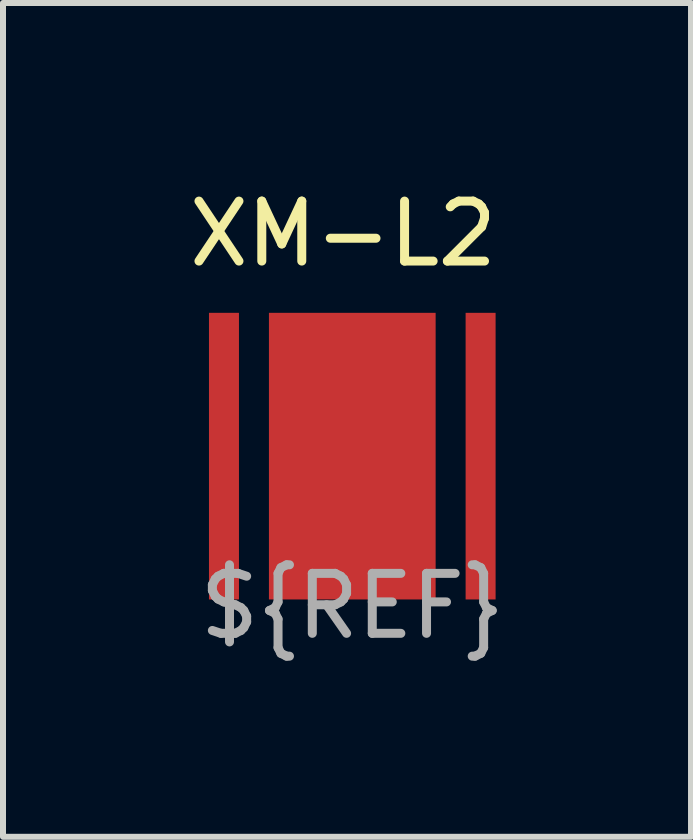
<source format=kicad_pcb>
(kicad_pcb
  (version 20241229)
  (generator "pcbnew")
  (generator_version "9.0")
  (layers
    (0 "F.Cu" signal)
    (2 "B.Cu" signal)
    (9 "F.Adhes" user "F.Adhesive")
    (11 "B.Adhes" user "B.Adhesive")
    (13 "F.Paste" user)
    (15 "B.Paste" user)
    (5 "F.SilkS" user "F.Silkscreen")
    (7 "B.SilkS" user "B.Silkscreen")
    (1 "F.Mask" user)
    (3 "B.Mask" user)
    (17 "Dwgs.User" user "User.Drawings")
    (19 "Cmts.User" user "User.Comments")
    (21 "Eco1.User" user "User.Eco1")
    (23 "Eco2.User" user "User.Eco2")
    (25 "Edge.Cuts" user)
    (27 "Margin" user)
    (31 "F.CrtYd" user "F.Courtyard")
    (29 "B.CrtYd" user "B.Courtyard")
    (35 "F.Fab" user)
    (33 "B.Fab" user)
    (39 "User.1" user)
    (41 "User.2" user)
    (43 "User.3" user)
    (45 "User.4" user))
  (footprint "XM-L2"
    (layer "F.Cu")
    (at 2.825 4.557)
    (property "Reference" "XM-L2" (at -0.152 -3.708 0) (unlocked yes) (layer "F.SilkS") (effects (font (size 1 1) (thickness 0.15))))
    (attr through_hole)
    (fp_text user "${REF}" (at 0 2.5 0) (unlocked yes) (layer "F.Fab") (effects (font (size 1 1) (thickness 0.15))))
    (pad "" smd rect (at 0 0) (size 2.78 4.78) (layers "F.Cu" "F.Mask" "F.Paste"))
    (pad "1" smd rect (at -2.14 0) (size 0.5 4.78) (layers "F.Cu" "F.Mask" "F.Paste"))
    (pad "2" smd rect (at 2.14 0) (size 0.5 4.78) (layers "F.Cu" "F.Mask" "F.Paste")))
  (gr_rect
    (start -3 -3)
    (end 8.474 10.905)
    (stroke (width 0.1) (type default))
    (fill no)
    (layer "Edge.Cuts")))
</source>
